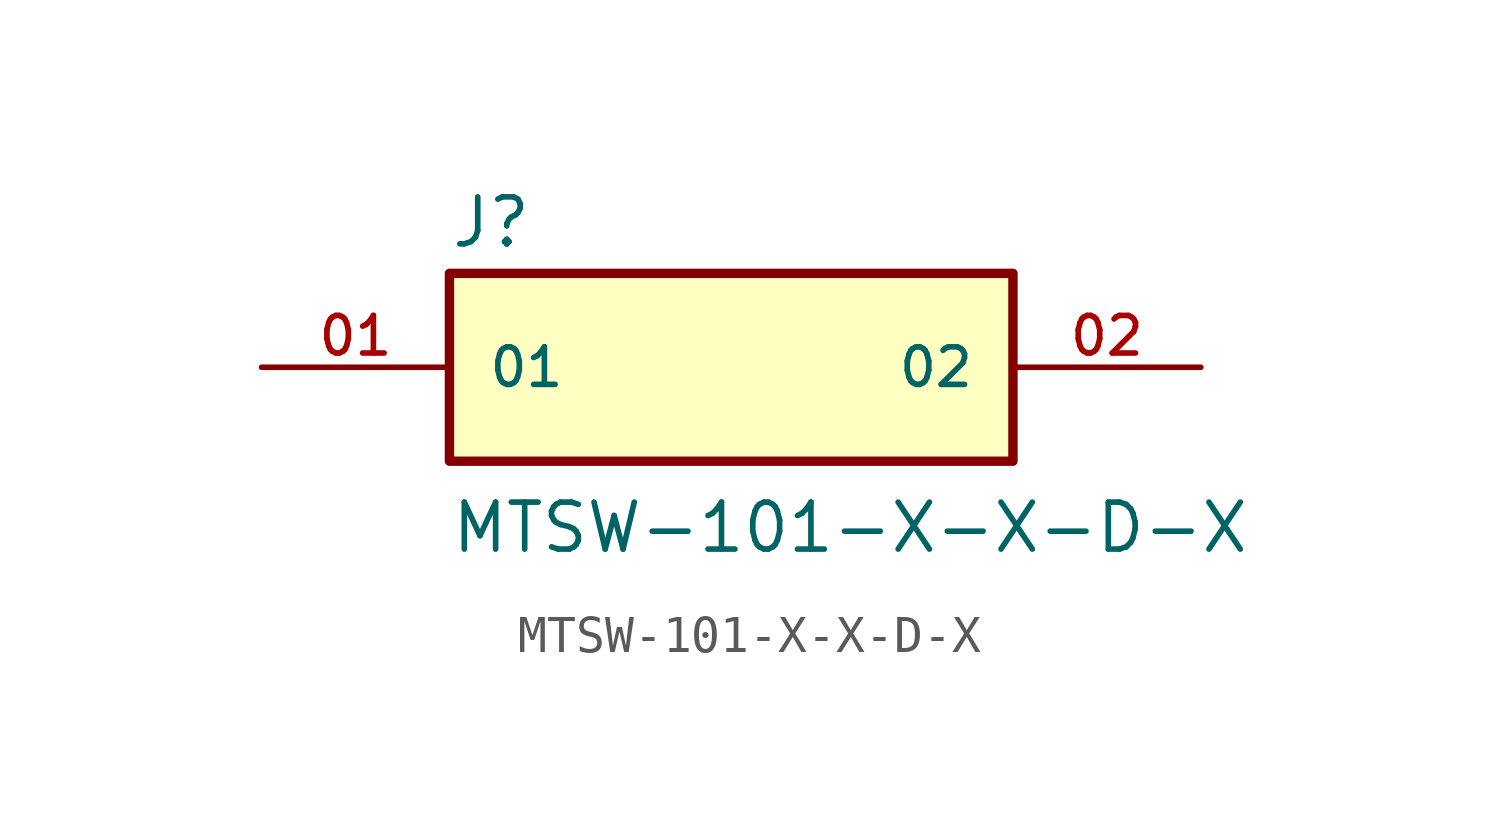
<source format=kicad_sym>
(kicad_symbol_lib
  (version 20211014)
  (generator kicad_symbol_editor)
  (symbol "MTSW-101-X-X-D-X"
    (pin_names
      (offset 1.016))
    (property "Reference" "J"
      (at -7.62 3.175 0)
      (effects (font (size 1.27 1.27)) (justify bottom left)))
    (property "Value" "MTSW-101-X-X-D-X"
      (at -7.62 -5.08 0)
      (effects (font (size 1.27 1.27)) (justify bottom left)))
    (symbol "MTSW-101-X-X-D-X_0_0"
      (rectangle (start -7.62 -2.54) (end 7.62 2.54) (stroke (width 0.254)) (fill (type background)))
      (pin passive line (at -12.7 0.0 0) (length 5.08) (name "01" (effects (font (size 1.016 1.016)))) (number "01" (effects (font (size 1.016 1.016)))))
      (pin passive line (at 12.7 0.0 180.0) (length 5.08) (name "02" (effects (font (size 1.016 1.016)))) (number "02" (effects (font (size 1.016 1.016))))))))
</source>
